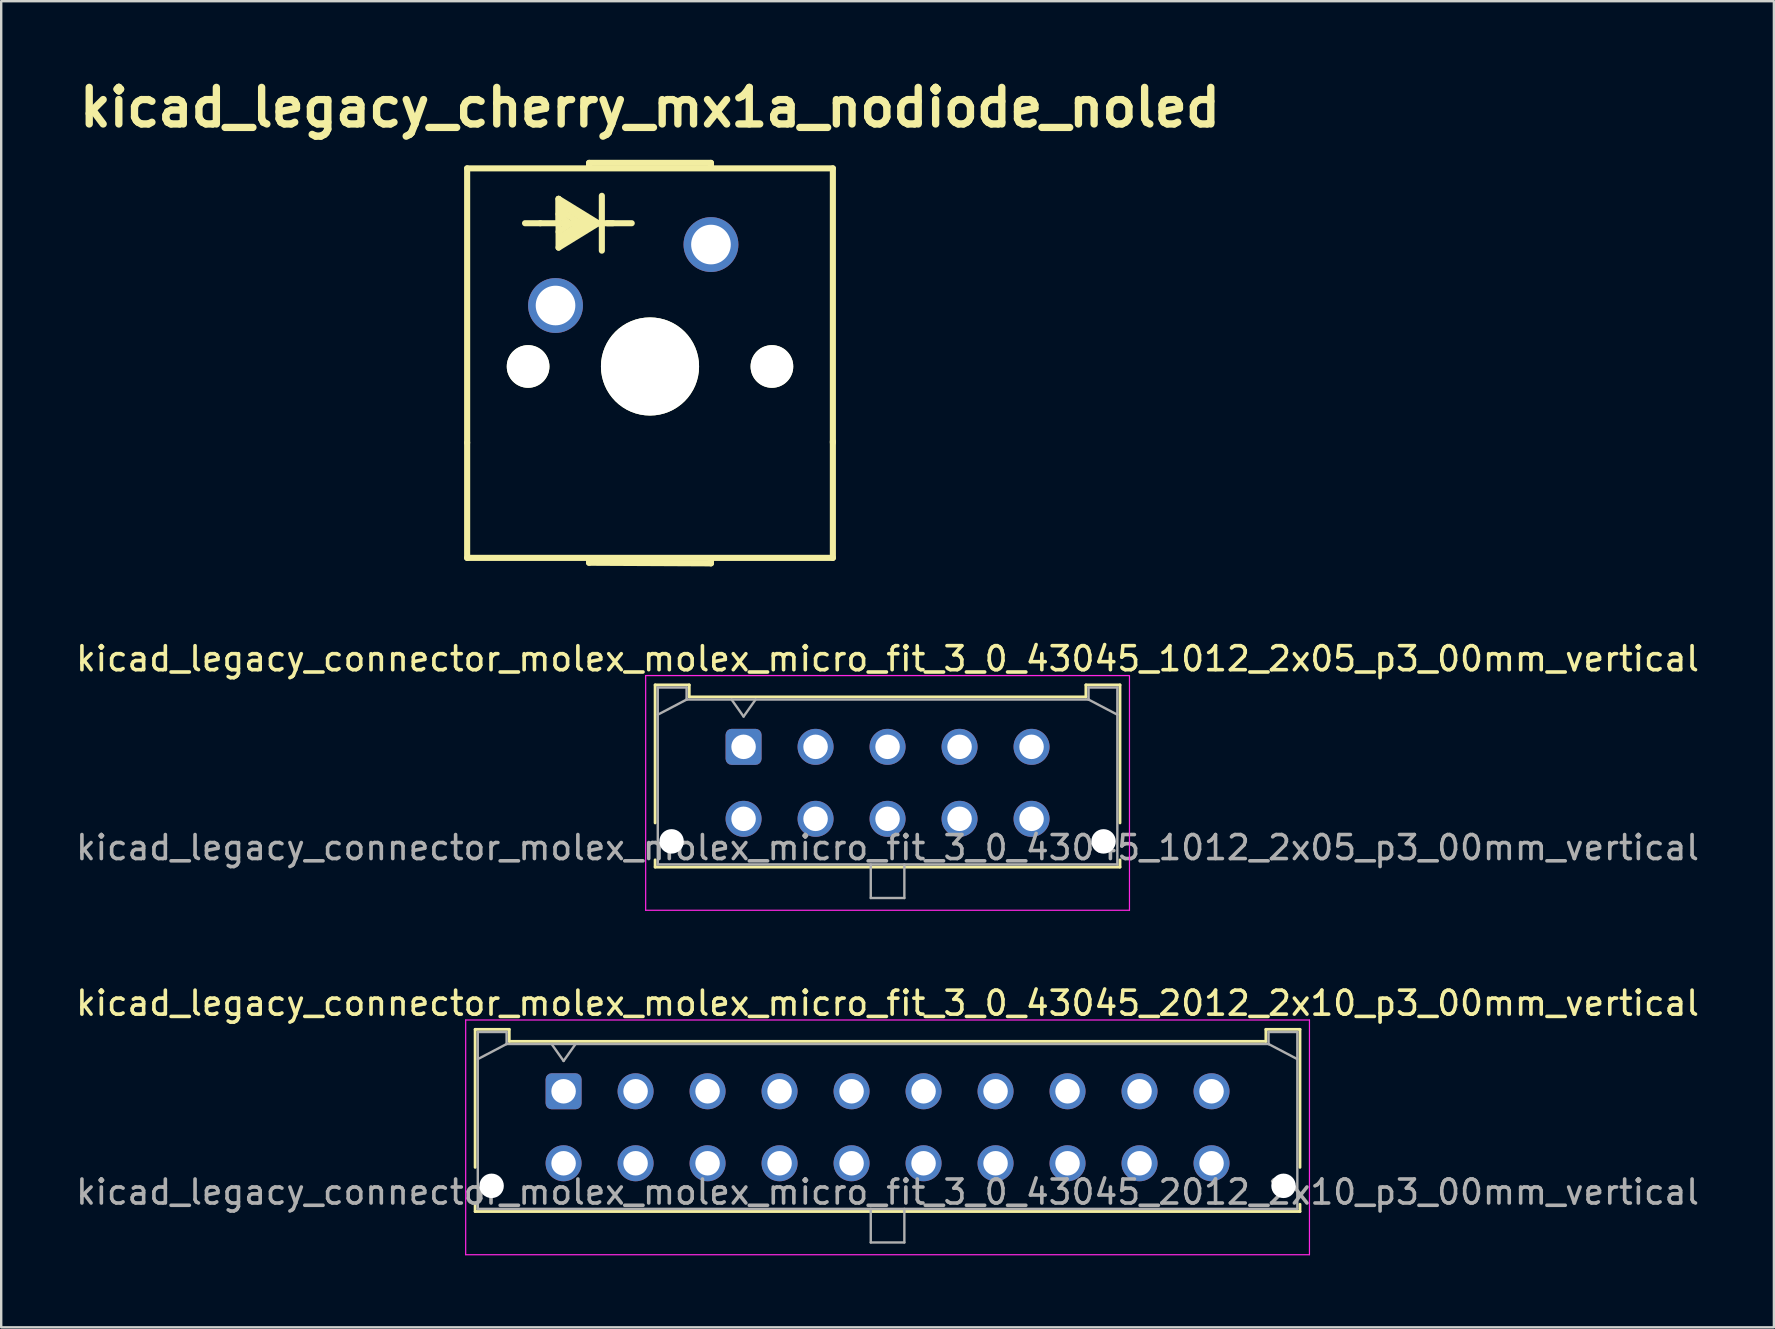
<source format=kicad_pcb>
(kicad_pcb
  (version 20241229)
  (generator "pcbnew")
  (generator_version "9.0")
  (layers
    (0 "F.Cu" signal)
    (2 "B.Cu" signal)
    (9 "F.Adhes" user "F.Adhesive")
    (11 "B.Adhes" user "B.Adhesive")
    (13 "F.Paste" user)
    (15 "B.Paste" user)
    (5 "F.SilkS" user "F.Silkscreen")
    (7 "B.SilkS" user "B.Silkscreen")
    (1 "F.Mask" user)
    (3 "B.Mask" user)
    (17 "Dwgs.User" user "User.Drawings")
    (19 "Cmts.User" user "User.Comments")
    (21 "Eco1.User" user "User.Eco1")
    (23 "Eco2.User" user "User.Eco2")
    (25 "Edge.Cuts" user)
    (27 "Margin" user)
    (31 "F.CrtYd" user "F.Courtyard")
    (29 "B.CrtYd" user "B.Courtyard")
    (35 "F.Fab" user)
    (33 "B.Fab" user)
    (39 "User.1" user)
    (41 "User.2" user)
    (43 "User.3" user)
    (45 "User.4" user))
  (footprint "kicad_legacy_connector_molex_molex_micro_fit_3_0_43045_2012_2x10_p3_00mm_vertical"
    (layer "F.Cu")
    (at 20.435 42.424)
    (property "Reference" "kicad_legacy_connector_molex_molex_micro_fit_3_0_43045_2012_2x10_p3_00mm_vertical" (at 13.5 -3.67 0) (layer "F.SilkS") (effects (font (size 1 1) (thickness 0.15))))
    (attr through_hole)
    (fp_line (start -3.685 -2.58) (end -2.265 -2.58) (stroke (width 0.12) (type solid)) (layer "F.SilkS"))
    (fp_line (start -3.685 3.17) (end -3.685 -2.58) (stroke (width 0.12) (type solid)) (layer "F.SilkS"))
    (fp_line (start -3.685 4.71) (end -3.685 5.01) (stroke (width 0.12) (type solid)) (layer "F.SilkS"))
    (fp_line (start -3.685 5.01) (end 30.685 5.01) (stroke (width 0.12) (type solid)) (layer "F.SilkS"))
    (fp_line (start -2.265 -2.58) (end -2.265 -2.08) (stroke (width 0.12) (type solid)) (layer "F.SilkS"))
    (fp_line (start -2.265 -2.08) (end 29.265 -2.08) (stroke (width 0.12) (type solid)) (layer "F.SilkS"))
    (fp_line (start 29.265 -2.58) (end 30.685 -2.58) (stroke (width 0.12) (type solid)) (layer "F.SilkS"))
    (fp_line (start 29.265 -2.08) (end 29.265 -2.58) (stroke (width 0.12) (type solid)) (layer "F.SilkS"))
    (fp_line (start 30.685 -2.58) (end 30.685 3.17) (stroke (width 0.12) (type solid)) (layer "F.SilkS"))
    (fp_line (start 30.685 5.01) (end 30.685 4.71) (stroke (width 0.12) (type solid)) (layer "F.SilkS"))
    (fp_line (start -4.08 -2.97) (end 31.08 -2.97) (stroke (width 0.05) (type solid)) (layer "F.CrtYd"))
    (fp_line (start -4.08 6.81) (end -4.08 -2.97) (stroke (width 0.05) (type solid)) (layer "F.CrtYd"))
    (fp_line (start 31.08 -2.97) (end 31.08 6.81) (stroke (width 0.05) (type solid)) (layer "F.CrtYd"))
    (fp_line (start 31.08 6.81) (end -4.08 6.81) (stroke (width 0.05) (type solid)) (layer "F.CrtYd"))
    (fp_line (start -3.575 -2.47) (end -3.575 4.9) (stroke (width 0.1) (type solid)) (layer "F.Fab"))
    (fp_line (start -3.575 -1.34) (end -2.375 -1.97) (stroke (width 0.1) (type solid)) (layer "F.Fab"))
    (fp_line (start -3.575 4.9) (end 30.575 4.9) (stroke (width 0.1) (type solid)) (layer "F.Fab"))
    (fp_line (start -2.375 -2.47) (end -3.575 -2.47) (stroke (width 0.1) (type solid)) (layer "F.Fab"))
    (fp_line (start -2.375 -1.97) (end -2.375 -2.47) (stroke (width 0.1) (type solid)) (layer "F.Fab"))
    (fp_line (start -0.5 -1.97) (end 0 -1.263) (stroke (width 0.1) (type solid)) (layer "F.Fab"))
    (fp_line (start 0 -1.263) (end 0.5 -1.97) (stroke (width 0.1) (type solid)) (layer "F.Fab"))
    (fp_line (start 12.8 4.9) (end 12.8 6.3) (stroke (width 0.1) (type solid)) (layer "F.Fab"))
    (fp_line (start 12.8 6.3) (end 14.2 6.3) (stroke (width 0.1) (type solid)) (layer "F.Fab"))
    (fp_line (start 14.2 6.3) (end 14.2 4.9) (stroke (width 0.1) (type solid)) (layer "F.Fab"))
    (fp_line (start 29.375 -2.47) (end 29.375 -1.97) (stroke (width 0.1) (type solid)) (layer "F.Fab"))
    (fp_line (start 29.375 -1.97) (end -2.375 -1.97) (stroke (width 0.1) (type solid)) (layer "F.Fab"))
    (fp_line (start 30.575 -2.47) (end 29.375 -2.47) (stroke (width 0.1) (type solid)) (layer "F.Fab"))
    (fp_line (start 30.575 -1.34) (end 29.375 -1.97) (stroke (width 0.1) (type solid)) (layer "F.Fab"))
    (fp_line (start 30.575 4.9) (end 30.575 -2.47) (stroke (width 0.1) (type solid)) (layer "F.Fab"))
    (fp_text user "${REFERENCE}" (at 13.5 4.2 0) (layer "F.Fab") (effects (font (size 1 1) (thickness 0.15))))
    (pad "" np_thru_hole circle (at -3 3.94) (size 1.02 1.02) (drill 1.02) (layers "*.Cu" "*.Mask"))
    (pad "" np_thru_hole circle (at 30 3.94) (size 1.02 1.02) (drill 1.02) (layers "*.Cu" "*.Mask"))
    (pad "1" thru_hole roundrect (at 0 0) (size 1.5 1.5) (drill 1.02) (layers "*.Cu" "*.Mask") (roundrect_rratio 0.167))
    (pad "2" thru_hole circle (at 3 0) (size 1.5 1.5) (drill 1.02) (layers "*.Cu" "*.Mask"))
    (pad "3" thru_hole circle (at 6 0) (size 1.5 1.5) (drill 1.02) (layers "*.Cu" "*.Mask"))
    (pad "4" thru_hole circle (at 9 0) (size 1.5 1.5) (drill 1.02) (layers "*.Cu" "*.Mask"))
    (pad "5" thru_hole circle (at 12 0) (size 1.5 1.5) (drill 1.02) (layers "*.Cu" "*.Mask"))
    (pad "6" thru_hole circle (at 15 0) (size 1.5 1.5) (drill 1.02) (layers "*.Cu" "*.Mask"))
    (pad "7" thru_hole circle (at 18 0) (size 1.5 1.5) (drill 1.02) (layers "*.Cu" "*.Mask"))
    (pad "8" thru_hole circle (at 21 0) (size 1.5 1.5) (drill 1.02) (layers "*.Cu" "*.Mask"))
    (pad "9" thru_hole circle (at 24 0) (size 1.5 1.5) (drill 1.02) (layers "*.Cu" "*.Mask"))
    (pad "10" thru_hole circle (at 27 0) (size 1.5 1.5) (drill 1.02) (layers "*.Cu" "*.Mask"))
    (pad "11" thru_hole circle (at 0 3) (size 1.5 1.5) (drill 1.02) (layers "*.Cu" "*.Mask"))
    (pad "12" thru_hole circle (at 3 3) (size 1.5 1.5) (drill 1.02) (layers "*.Cu" "*.Mask"))
    (pad "13" thru_hole circle (at 6 3) (size 1.5 1.5) (drill 1.02) (layers "*.Cu" "*.Mask"))
    (pad "14" thru_hole circle (at 9 3) (size 1.5 1.5) (drill 1.02) (layers "*.Cu" "*.Mask"))
    (pad "15" thru_hole circle (at 12 3) (size 1.5 1.5) (drill 1.02) (layers "*.Cu" "*.Mask"))
    (pad "16" thru_hole circle (at 15 3) (size 1.5 1.5) (drill 1.02) (layers "*.Cu" "*.Mask"))
    (pad "17" thru_hole circle (at 18 3) (size 1.5 1.5) (drill 1.02) (layers "*.Cu" "*.Mask"))
    (pad "18" thru_hole circle (at 21 3) (size 1.5 1.5) (drill 1.02) (layers "*.Cu" "*.Mask"))
    (pad "19" thru_hole circle (at 24 3) (size 1.5 1.5) (drill 1.02) (layers "*.Cu" "*.Mask"))
    (pad "20" thru_hole circle (at 27 3) (size 1.5 1.5) (drill 1.02) (layers "*.Cu" "*.Mask")))
  (footprint "kicad_legacy_cherry_mx1a_nodiode_noled"
    (layer "F.Cu")
    (at 24.036 12.221)
    (property "Reference" "kicad_legacy_cherry_mx1a_nodiode_noled" (at 0 -10.795 0) (layer "F.SilkS") (effects (font (size 1.524 1.524) (thickness 0.305))))
    (attr through_hole)
    (fp_line (start -7.62 -8.255) (end 7.62 -8.255) (stroke (width 0.254) (type solid)) (layer "F.SilkS"))
    (fp_line (start -7.62 3.175) (end -7.62 -8.255) (stroke (width 0.254) (type solid)) (layer "F.SilkS"))
    (fp_line (start -7.62 3.175) (end -7.62 7.976) (stroke (width 0.254) (type solid)) (layer "F.SilkS"))
    (fp_line (start -7.62 7.976) (end 7.62 7.976) (stroke (width 0.254) (type solid)) (layer "F.SilkS"))
    (fp_line (start -4.572 -5.969) (end -5.207 -5.969) (stroke (width 0.254) (type solid)) (layer "F.SilkS"))
    (fp_line (start -4.572 -5.969) (end -2.032 -5.969) (stroke (width 0.254) (type solid)) (layer "F.SilkS"))
    (fp_line (start -3.81 -6.985) (end -3.81 -4.953) (stroke (width 0.254) (type solid)) (layer "F.SilkS"))
    (fp_line (start -3.81 -6.35) (end -3.429 -6.02) (stroke (width 0.254) (type solid)) (layer "F.SilkS"))
    (fp_line (start -3.81 -5.969) (end -3.81 -6.985) (stroke (width 0.254) (type solid)) (layer "F.SilkS"))
    (fp_line (start -3.81 -5.613) (end -3.327 -5.944) (stroke (width 0.254) (type solid)) (layer "F.SilkS"))
    (fp_line (start -3.81 -4.953) (end -2.159 -5.969) (stroke (width 0.254) (type solid)) (layer "F.SilkS"))
    (fp_line (start -3.759 -6.782) (end -2.667 -6.071) (stroke (width 0.254) (type solid)) (layer "F.SilkS"))
    (fp_line (start -3.759 -5.385) (end -3.023 -5.867) (stroke (width 0.254) (type solid)) (layer "F.SilkS"))
    (fp_line (start -3.734 -5.182) (end -2.692 -5.842) (stroke (width 0.254) (type solid)) (layer "F.SilkS"))
    (fp_line (start -2.921 -5.969) (end -3.759 -6.528) (stroke (width 0.254) (type solid)) (layer "F.SilkS"))
    (fp_line (start -2.54 -8.484) (end 2.54 -8.484) (stroke (width 0.254) (type solid)) (layer "F.SilkS"))
    (fp_line (start -2.54 -8.306) (end -2.54 -8.484) (stroke (width 0.254) (type solid)) (layer "F.SilkS"))
    (fp_line (start -2.54 8.001) (end -2.54 8.179) (stroke (width 0.254) (type solid)) (layer "F.SilkS"))
    (fp_line (start -2.54 8.179) (end 2.54 8.204) (stroke (width 0.254) (type solid)) (layer "F.SilkS"))
    (fp_line (start -2.159 -5.969) (end -3.81 -6.985) (stroke (width 0.254) (type solid)) (layer "F.SilkS"))
    (fp_line (start -2.007 -7.112) (end -2.007 -4.826) (stroke (width 0.254) (type solid)) (layer "F.SilkS"))
    (fp_line (start -1.778 -5.969) (end -0.762 -5.969) (stroke (width 0.254) (type solid)) (layer "F.SilkS"))
    (fp_line (start -1.549 -5.969) (end -2.057 -5.969) (stroke (width 0.254) (type solid)) (layer "F.SilkS"))
    (fp_line (start 2.54 -8.484) (end 2.54 -8.357) (stroke (width 0.254) (type solid)) (layer "F.SilkS"))
    (fp_line (start 2.54 8.204) (end 2.54 8.001) (stroke (width 0.254) (type solid)) (layer "F.SilkS"))
    (fp_line (start 7.62 -8.255) (end 7.62 3.175) (stroke (width 0.254) (type solid)) (layer "F.SilkS"))
    (fp_line (start 7.62 3.124) (end 7.62 7.976) (stroke (width 0.254) (type solid)) (layer "F.SilkS"))
    (pad "" np_thru_hole circle (at -5.08 0) (size 1.778 1.778) (drill 1.778) (layers "*.Cu" "*.Mask" "F.SilkS"))
    (pad "" np_thru_hole circle (at 0 0) (size 4.089 4.089) (drill 4.089) (layers "*.Cu" "*.Mask" "F.SilkS"))
    (pad "" np_thru_hole circle (at 5.08 0) (size 1.778 1.778) (drill 1.778) (layers "*.Cu" "*.Mask" "F.SilkS"))
    (pad "1" thru_hole circle (at -3.937 -2.54) (size 2.286 2.286) (drill 1.651) (layers "*.Cu" "*.Mask"))
    (pad "2" thru_hole circle (at 2.54 -5.08) (size 2.286 2.286) (drill 1.651) (layers "*.Cu" "*.Mask")))
  (footprint "kicad_legacy_connector_molex_molex_micro_fit_3_0_43045_1012_2x05_p3_00mm_vertical"
    (layer "F.Cu")
    (at 27.935 28.071)
    (property "Reference" "kicad_legacy_connector_molex_molex_micro_fit_3_0_43045_1012_2x05_p3_00mm_vertical" (at 6 -3.67 0) (layer "F.SilkS") (effects (font (size 1 1) (thickness 0.15))))
    (attr through_hole)
    (fp_line (start -3.685 -2.58) (end -2.265 -2.58) (stroke (width 0.12) (type solid)) (layer "F.SilkS"))
    (fp_line (start -3.685 3.17) (end -3.685 -2.58) (stroke (width 0.12) (type solid)) (layer "F.SilkS"))
    (fp_line (start -3.685 4.71) (end -3.685 5.01) (stroke (width 0.12) (type solid)) (layer "F.SilkS"))
    (fp_line (start -3.685 5.01) (end 15.685 5.01) (stroke (width 0.12) (type solid)) (layer "F.SilkS"))
    (fp_line (start -2.265 -2.58) (end -2.265 -2.08) (stroke (width 0.12) (type solid)) (layer "F.SilkS"))
    (fp_line (start -2.265 -2.08) (end 14.265 -2.08) (stroke (width 0.12) (type solid)) (layer "F.SilkS"))
    (fp_line (start 14.265 -2.58) (end 15.685 -2.58) (stroke (width 0.12) (type solid)) (layer "F.SilkS"))
    (fp_line (start 14.265 -2.08) (end 14.265 -2.58) (stroke (width 0.12) (type solid)) (layer "F.SilkS"))
    (fp_line (start 15.685 -2.58) (end 15.685 3.17) (stroke (width 0.12) (type solid)) (layer "F.SilkS"))
    (fp_line (start 15.685 5.01) (end 15.685 4.71) (stroke (width 0.12) (type solid)) (layer "F.SilkS"))
    (fp_line (start -4.08 -2.97) (end 16.08 -2.97) (stroke (width 0.05) (type solid)) (layer "F.CrtYd"))
    (fp_line (start -4.08 6.81) (end -4.08 -2.97) (stroke (width 0.05) (type solid)) (layer "F.CrtYd"))
    (fp_line (start 16.08 -2.97) (end 16.08 6.81) (stroke (width 0.05) (type solid)) (layer "F.CrtYd"))
    (fp_line (start 16.08 6.81) (end -4.08 6.81) (stroke (width 0.05) (type solid)) (layer "F.CrtYd"))
    (fp_line (start -3.575 -2.47) (end -3.575 4.9) (stroke (width 0.1) (type solid)) (layer "F.Fab"))
    (fp_line (start -3.575 -1.34) (end -2.375 -1.97) (stroke (width 0.1) (type solid)) (layer "F.Fab"))
    (fp_line (start -3.575 4.9) (end 15.575 4.9) (stroke (width 0.1) (type solid)) (layer "F.Fab"))
    (fp_line (start -2.375 -2.47) (end -3.575 -2.47) (stroke (width 0.1) (type solid)) (layer "F.Fab"))
    (fp_line (start -2.375 -1.97) (end -2.375 -2.47) (stroke (width 0.1) (type solid)) (layer "F.Fab"))
    (fp_line (start -0.5 -1.97) (end 0 -1.263) (stroke (width 0.1) (type solid)) (layer "F.Fab"))
    (fp_line (start 0 -1.263) (end 0.5 -1.97) (stroke (width 0.1) (type solid)) (layer "F.Fab"))
    (fp_line (start 5.3 4.9) (end 5.3 6.3) (stroke (width 0.1) (type solid)) (layer "F.Fab"))
    (fp_line (start 5.3 6.3) (end 6.7 6.3) (stroke (width 0.1) (type solid)) (layer "F.Fab"))
    (fp_line (start 6.7 6.3) (end 6.7 4.9) (stroke (width 0.1) (type solid)) (layer "F.Fab"))
    (fp_line (start 14.375 -2.47) (end 14.375 -1.97) (stroke (width 0.1) (type solid)) (layer "F.Fab"))
    (fp_line (start 14.375 -1.97) (end -2.375 -1.97) (stroke (width 0.1) (type solid)) (layer "F.Fab"))
    (fp_line (start 15.575 -2.47) (end 14.375 -2.47) (stroke (width 0.1) (type solid)) (layer "F.Fab"))
    (fp_line (start 15.575 -1.34) (end 14.375 -1.97) (stroke (width 0.1) (type solid)) (layer "F.Fab"))
    (fp_line (start 15.575 4.9) (end 15.575 -2.47) (stroke (width 0.1) (type solid)) (layer "F.Fab"))
    (fp_text user "${REFERENCE}" (at 6 4.2 0) (layer "F.Fab") (effects (font (size 1 1) (thickness 0.15))))
    (pad "" np_thru_hole circle (at -3 3.94) (size 1.02 1.02) (drill 1.02) (layers "*.Cu" "*.Mask"))
    (pad "" np_thru_hole circle (at 15 3.94) (size 1.02 1.02) (drill 1.02) (layers "*.Cu" "*.Mask"))
    (pad "1" thru_hole roundrect (at 0 0) (size 1.5 1.5) (drill 1.02) (layers "*.Cu" "*.Mask") (roundrect_rratio 0.167))
    (pad "2" thru_hole circle (at 3 0) (size 1.5 1.5) (drill 1.02) (layers "*.Cu" "*.Mask"))
    (pad "3" thru_hole circle (at 6 0) (size 1.5 1.5) (drill 1.02) (layers "*.Cu" "*.Mask"))
    (pad "4" thru_hole circle (at 9 0) (size 1.5 1.5) (drill 1.02) (layers "*.Cu" "*.Mask"))
    (pad "5" thru_hole circle (at 12 0) (size 1.5 1.5) (drill 1.02) (layers "*.Cu" "*.Mask"))
    (pad "6" thru_hole circle (at 0 3) (size 1.5 1.5) (drill 1.02) (layers "*.Cu" "*.Mask"))
    (pad "7" thru_hole circle (at 3 3) (size 1.5 1.5) (drill 1.02) (layers "*.Cu" "*.Mask"))
    (pad "8" thru_hole circle (at 6 3) (size 1.5 1.5) (drill 1.02) (layers "*.Cu" "*.Mask"))
    (pad "9" thru_hole circle (at 9 3) (size 1.5 1.5) (drill 1.02) (layers "*.Cu" "*.Mask"))
    (pad "10" thru_hole circle (at 12 3) (size 1.5 1.5) (drill 1.02) (layers "*.Cu" "*.Mask")))
  (gr_rect
    (start -3 -3)
    (end 70.869 52.259)
    (stroke (width 0.1) (type default))
    (fill no)
    (layer "Edge.Cuts")))
</source>
